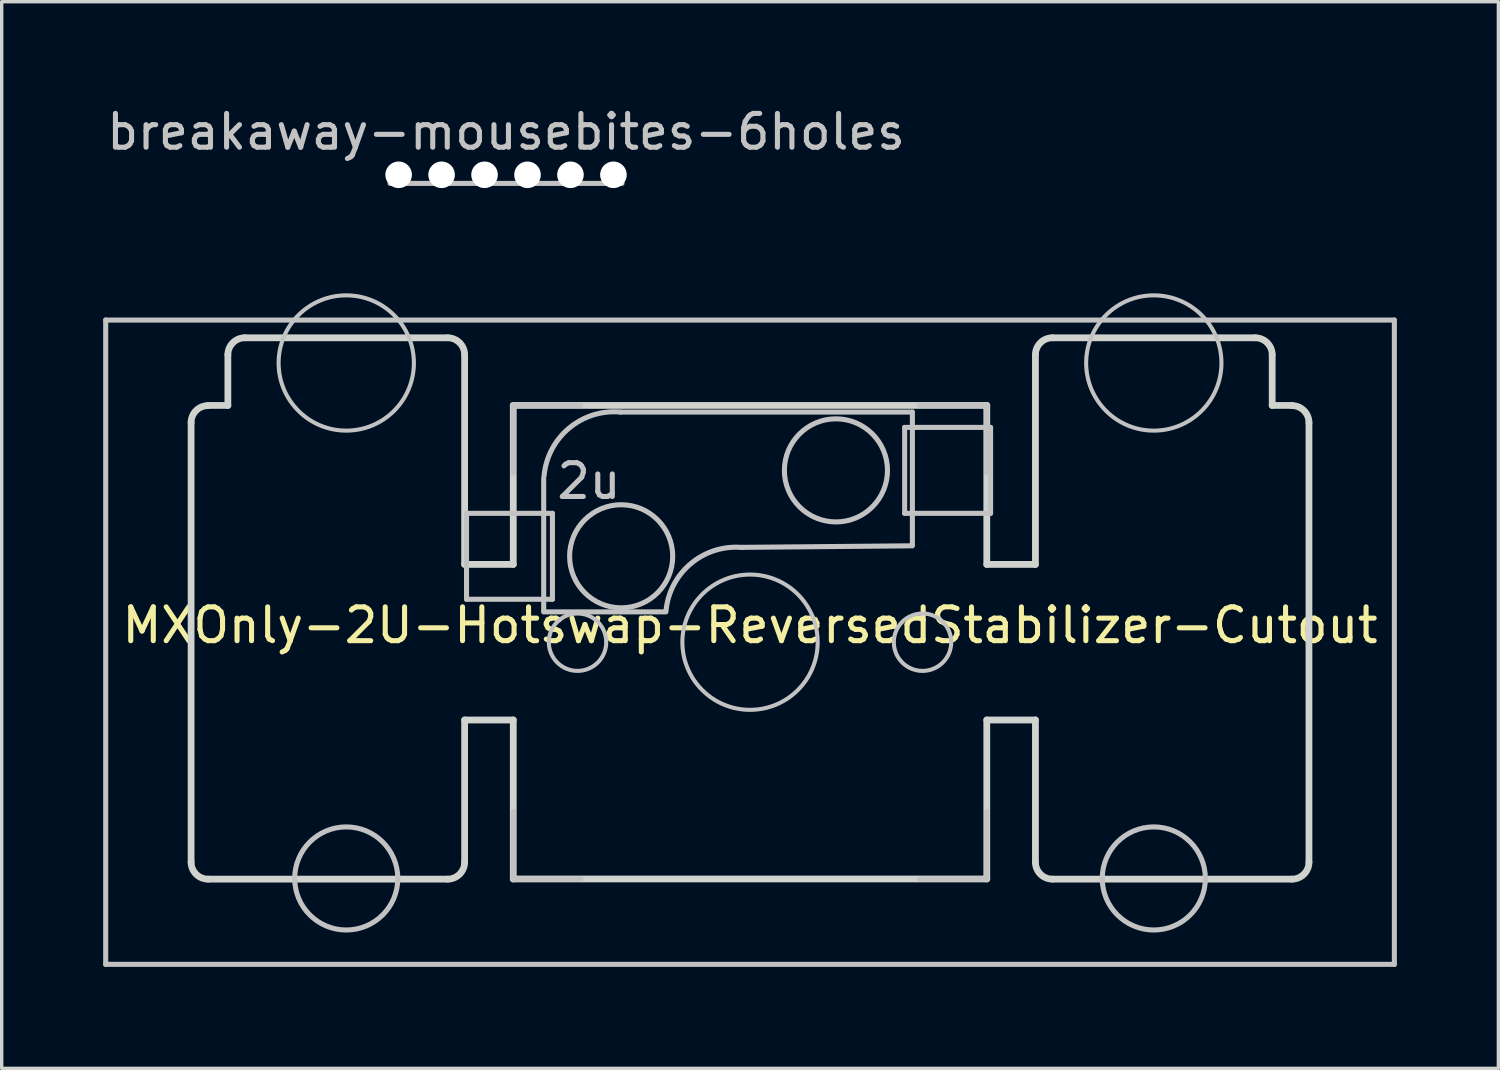
<source format=kicad_pcb>
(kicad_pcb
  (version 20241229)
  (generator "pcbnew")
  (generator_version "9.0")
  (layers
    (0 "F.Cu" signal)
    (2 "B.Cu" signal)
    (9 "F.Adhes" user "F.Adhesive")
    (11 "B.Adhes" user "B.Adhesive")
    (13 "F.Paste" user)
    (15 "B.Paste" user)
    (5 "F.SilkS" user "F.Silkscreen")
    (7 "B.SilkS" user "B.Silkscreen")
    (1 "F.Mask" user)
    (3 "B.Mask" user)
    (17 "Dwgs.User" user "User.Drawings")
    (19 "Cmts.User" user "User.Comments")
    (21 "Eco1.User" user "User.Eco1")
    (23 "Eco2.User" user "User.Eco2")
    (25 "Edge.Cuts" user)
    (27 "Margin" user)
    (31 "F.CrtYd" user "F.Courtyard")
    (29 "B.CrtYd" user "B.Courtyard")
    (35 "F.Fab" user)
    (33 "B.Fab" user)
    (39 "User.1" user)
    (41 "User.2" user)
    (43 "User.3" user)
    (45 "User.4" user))
  (footprint "MXOnly-2U-Hotswap-ReversedStabilizer-Cutout"
    (layer "F.Cu")
    (at 19.125 15.937)
    (property "Reference" "MXOnly-2U-Hotswap-ReversedStabilizer-Cutout" (at 0 -0.5 0) (unlocked yes) (layer "F.SilkS") (effects (font (size 1 1) (thickness 0.15))))
    (attr smd)
    (fp_line (start -19.05 -9.525) (end 19.05 -9.525) (stroke (width 0.15) (type solid)) (layer "Dwgs.User"))
    (fp_line (start -19.05 9.525) (end -19.05 -9.525) (stroke (width 0.15) (type solid)) (layer "Dwgs.User"))
    (fp_line (start -8.382 -3.81) (end -8.382 -1.27) (stroke (width 0.15) (type solid)) (layer "Dwgs.User"))
    (fp_line (start -8.382 -1.27) (end -5.842 -1.27) (stroke (width 0.15) (type solid)) (layer "Dwgs.User"))
    (fp_line (start -7 -7) (end -7 -5) (stroke (width 0.15) (type solid)) (layer "Dwgs.User"))
    (fp_line (start -7 5) (end -7 7) (stroke (width 0.15) (type solid)) (layer "Dwgs.User"))
    (fp_line (start -7 7) (end -5 7) (stroke (width 0.15) (type solid)) (layer "Dwgs.User"))
    (fp_line (start -6.1 -4.85) (end -6.1 -0.905) (stroke (width 0.15) (type solid)) (layer "Dwgs.User"))
    (fp_line (start -6.1 -0.896) (end -2.49 -0.896) (stroke (width 0.15) (type solid)) (layer "Dwgs.User"))
    (fp_line (start -5.842 -3.81) (end -8.382 -3.81) (stroke (width 0.15) (type solid)) (layer "Dwgs.User"))
    (fp_line (start -5.842 -1.27) (end -5.842 -3.81) (stroke (width 0.15) (type solid)) (layer "Dwgs.User"))
    (fp_line (start -5 -7) (end -7 -7) (stroke (width 0.15) (type solid)) (layer "Dwgs.User"))
    (fp_line (start 4.572 -6.35) (end 7.112 -6.35) (stroke (width 0.15) (type solid)) (layer "Dwgs.User"))
    (fp_line (start 4.572 -3.81) (end 4.572 -6.35) (stroke (width 0.15) (type solid)) (layer "Dwgs.User"))
    (fp_line (start 4.8 -6.804) (end -3.825 -6.804) (stroke (width 0.15) (type solid)) (layer "Dwgs.User"))
    (fp_line (start 4.8 -2.896) (end 4.8 -6.804) (stroke (width 0.15) (type solid)) (layer "Dwgs.User"))
    (fp_line (start 4.8 -2.85) (end -0.25 -2.804) (stroke (width 0.15) (type solid)) (layer "Dwgs.User"))
    (fp_line (start 5 -7) (end 7 -7) (stroke (width 0.15) (type solid)) (layer "Dwgs.User"))
    (fp_line (start 5 7) (end 7 7) (stroke (width 0.15) (type solid)) (layer "Dwgs.User"))
    (fp_line (start 7 -7) (end 7 -5) (stroke (width 0.15) (type solid)) (layer "Dwgs.User"))
    (fp_line (start 7 7) (end 7 5) (stroke (width 0.15) (type solid)) (layer "Dwgs.User"))
    (fp_line (start 7.112 -6.35) (end 7.112 -3.81) (stroke (width 0.15) (type solid)) (layer "Dwgs.User"))
    (fp_line (start 7.112 -3.81) (end 4.572 -3.81) (stroke (width 0.15) (type solid)) (layer "Dwgs.User"))
    (fp_line (start 19.05 -9.525) (end 19.05 9.525) (stroke (width 0.15) (type solid)) (layer "Dwgs.User"))
    (fp_line (start 19.05 9.525) (end -19.05 9.525) (stroke (width 0.15) (type solid)) (layer "Dwgs.User"))
    (fp_arc (start -6.089 -4.92) (mid -5.347189 -6.33089) (end -3.825 -6.804) (stroke (width 0.15) (type solid)) (layer "Dwgs.User"))
    (fp_arc (start -2.485 -0.92) (mid -1.744361 -2.328061) (end -0.225 -2.8) (stroke (width 0.15) (type solid)) (layer "Dwgs.User"))
    (fp_circle (center -11.938 -8.255) (end -9.938 -8.255) (stroke (width 0.12) (type solid)) (fill no) (layer "Dwgs.User"))
    (fp_circle (center -11.938 6.985) (end -10.414 6.985) (stroke (width 0.15) (type solid)) (fill no) (layer "Dwgs.User"))
    (fp_circle (center -5.1 0) (end -4.5 0.6) (stroke (width 0.12) (type solid)) (fill no) (layer "Dwgs.User"))
    (fp_circle (center -3.81 -2.54) (end -2.286 -2.54) (stroke (width 0.15) (type solid)) (fill no) (layer "Dwgs.User"))
    (fp_circle (center 0 0) (end 2 0) (stroke (width 0.12) (type solid)) (fill no) (layer "Dwgs.User"))
    (fp_circle (center 2.54 -5.08) (end 4.064 -5.08) (stroke (width 0.15) (type solid)) (fill no) (layer "Dwgs.User"))
    (fp_circle (center 5.1 0) (end 5.7 0.6) (stroke (width 0.12) (type solid)) (fill no) (layer "Dwgs.User"))
    (fp_circle (center 11.938 -8.255) (end 13.938 -8.255) (stroke (width 0.12) (type solid)) (fill no) (layer "Dwgs.User"))
    (fp_circle (center 11.938 6.985) (end 13.462 6.985) (stroke (width 0.15) (type solid)) (fill no) (layer "Dwgs.User"))
    (fp_line (start -16.525 -6.495) (end -16.525 6.505) (stroke (width 0.2) (type solid)) (layer "Edge.Cuts"))
    (fp_line (start -16.025 7.005) (end -8.938 7.005) (stroke (width 0.2) (type solid)) (layer "Edge.Cuts"))
    (fp_line (start -15.438 -8.5) (end -15.438 -7) (stroke (width 0.2) (type solid)) (layer "Edge.Cuts"))
    (fp_line (start -15.438 -7) (end -16.025 -7) (stroke (width 0.2) (type solid)) (layer "Edge.Cuts"))
    (fp_line (start -8.938 -9) (end -14.938 -9) (stroke (width 0.2) (type solid)) (layer "Edge.Cuts"))
    (fp_line (start -8.438 -2.3) (end -8.438 -8.5) (stroke (width 0.2) (type solid)) (layer "Edge.Cuts"))
    (fp_line (start -8.438 -2.3) (end -7 -2.3) (stroke (width 0.2) (type solid)) (layer "Edge.Cuts"))
    (fp_line (start -8.438 2.3) (end -8.438 6.506) (stroke (width 0.2) (type solid)) (layer "Edge.Cuts"))
    (fp_line (start -8.438 2.3) (end -7 2.3) (stroke (width 0.2) (type solid)) (layer "Edge.Cuts"))
    (fp_line (start -7 -7) (end -7 -2.3) (stroke (width 0.2) (type solid)) (layer "Edge.Cuts"))
    (fp_line (start -7 2.3) (end -7 7) (stroke (width 0.2) (type solid)) (layer "Edge.Cuts"))
    (fp_line (start -7 7) (end 7 7) (stroke (width 0.2) (type solid)) (layer "Edge.Cuts"))
    (fp_line (start 7 -7) (end 7 -2.3) (stroke (width 0.2) (type solid)) (layer "Edge.Cuts"))
    (fp_line (start 7 -7) (end -7 -7) (stroke (width 0.2) (type solid)) (layer "Edge.Cuts"))
    (fp_line (start 7 2.3) (end 7 7) (stroke (width 0.2) (type solid)) (layer "Edge.Cuts"))
    (fp_line (start 7 2.3) (end 8.438 2.3) (stroke (width 0.2) (type solid)) (layer "Edge.Cuts"))
    (fp_line (start 7 -2.3) (end 8.438 -2.3) (stroke (width 0.2) (type solid)) (layer "Edge.Cuts"))
    (fp_line (start 8.438 2.3) (end 8.438 6.505) (stroke (width 0.2) (type solid)) (layer "Edge.Cuts"))
    (fp_line (start 8.438 -8.5) (end 8.438 -2.3) (stroke (width 0.2) (type solid)) (layer "Edge.Cuts"))
    (fp_line (start 8.938 7.005) (end 16.025 7.005) (stroke (width 0.2) (type solid)) (layer "Edge.Cuts"))
    (fp_line (start 14.938 -9) (end 8.938 -9) (stroke (width 0.2) (type solid)) (layer "Edge.Cuts"))
    (fp_line (start 15.438 -7) (end 15.438 -8.5) (stroke (width 0.2) (type solid)) (layer "Edge.Cuts"))
    (fp_line (start 16.025 -7) (end 15.438 -7) (stroke (width 0.2) (type solid)) (layer "Edge.Cuts"))
    (fp_line (start 16.525 6.506) (end 16.525 -6.495) (stroke (width 0.2) (type solid)) (layer "Edge.Cuts"))
    (fp_curve (pts (xy -16.525 6.505) (xy -16.525 6.78) (xy -16.299 7.005) (xy -16.025 7.005)) (stroke (width 0.2) (type solid)) (layer "Edge.Cuts"))
    (fp_curve (pts (xy -16.025 -6.995) (xy -16.299 -6.995) (xy -16.525 -6.769) (xy -16.525 -6.495)) (stroke (width 0.2) (type solid)) (layer "Edge.Cuts"))
    (fp_curve (pts (xy -14.938 -9) (xy -15.212 -9) (xy -15.438 -8.774) (xy -15.438 -8.5)) (stroke (width 0.2) (type solid)) (layer "Edge.Cuts"))
    (fp_curve (pts (xy -8.938 7.005) (xy -8.664 7.005) (xy -8.438 6.78) (xy -8.438 6.506)) (stroke (width 0.2) (type solid)) (layer "Edge.Cuts"))
    (fp_curve (pts (xy -8.438 -8.5) (xy -8.438 -8.774) (xy -8.664 -9) (xy -8.938 -9)) (stroke (width 0.2) (type solid)) (layer "Edge.Cuts"))
    (fp_curve (pts (xy 8.438 6.505) (xy 8.438 6.78) (xy 8.664 7.005) (xy 8.938 7.005)) (stroke (width 0.2) (type solid)) (layer "Edge.Cuts"))
    (fp_curve (pts (xy 8.938 -9) (xy 8.664 -9) (xy 8.438 -8.774) (xy 8.438 -8.5)) (stroke (width 0.2) (type solid)) (layer "Edge.Cuts"))
    (fp_curve (pts (xy 15.438 -8.5) (xy 15.438 -8.774) (xy 15.212 -9) (xy 14.938 -9)) (stroke (width 0.2) (type solid)) (layer "Edge.Cuts"))
    (fp_curve (pts (xy 16.025 7.005) (xy 16.299 7.005) (xy 16.525 6.78) (xy 16.525 6.506)) (stroke (width 0.2) (type solid)) (layer "Edge.Cuts"))
    (fp_curve (pts (xy 16.525 -6.495) (xy 16.525 -6.769) (xy 16.299 -6.995) (xy 16.025 -6.995)) (stroke (width 0.2) (type solid)) (layer "Edge.Cuts"))
    (fp_text user "2u" (at -4.763 -4.763 0) (unlocked yes) (layer "Dwgs.User") (effects (font (size 1 1) (thickness 0.15)))))
  (footprint "breakaway-mousebites-6holes"
    (layer "F.Cu")
    (at 11.911 2.372)
    (property "Reference" "breakaway-mousebites-6holes" (at 0 -1.524 0) (layer "Dwgs.User") (effects (font (size 1 1) (thickness 0.15))))
    (attr exclude_from_pos_files exclude_from_bom)
    (fp_line (start -3.429 0) (end 3.429 0) (stroke (width 0.15) (type solid)) (layer "Dwgs.User"))
    (pad "" np_thru_hole circle (at -3.175 -0.254) (size 0.787 0.787) (drill 0.787) (layers "*.Cu" "*.Mask"))
    (pad "" np_thru_hole circle (at -1.905 -0.254) (size 0.787 0.787) (drill 0.787) (layers "*.Cu" "*.Mask"))
    (pad "" np_thru_hole circle (at -0.635 -0.254) (size 0.787 0.787) (drill 0.787) (layers "*.Cu" "*.Mask"))
    (pad "" np_thru_hole circle (at 0.635 -0.254) (size 0.787 0.787) (drill 0.787) (layers "*.Cu" "*.Mask"))
    (pad "" np_thru_hole circle (at 1.905 -0.254) (size 0.787 0.787) (drill 0.787) (layers "*.Cu" "*.Mask"))
    (pad "" np_thru_hole circle (at 3.175 -0.254) (size 0.787 0.787) (drill 0.787) (layers "*.Cu" "*.Mask")))
  (gr_rect
    (start -3 -3)
    (end 41.25 28.537)
    (stroke (width 0.1) (type default))
    (fill no)
    (layer "Edge.Cuts")))
</source>
